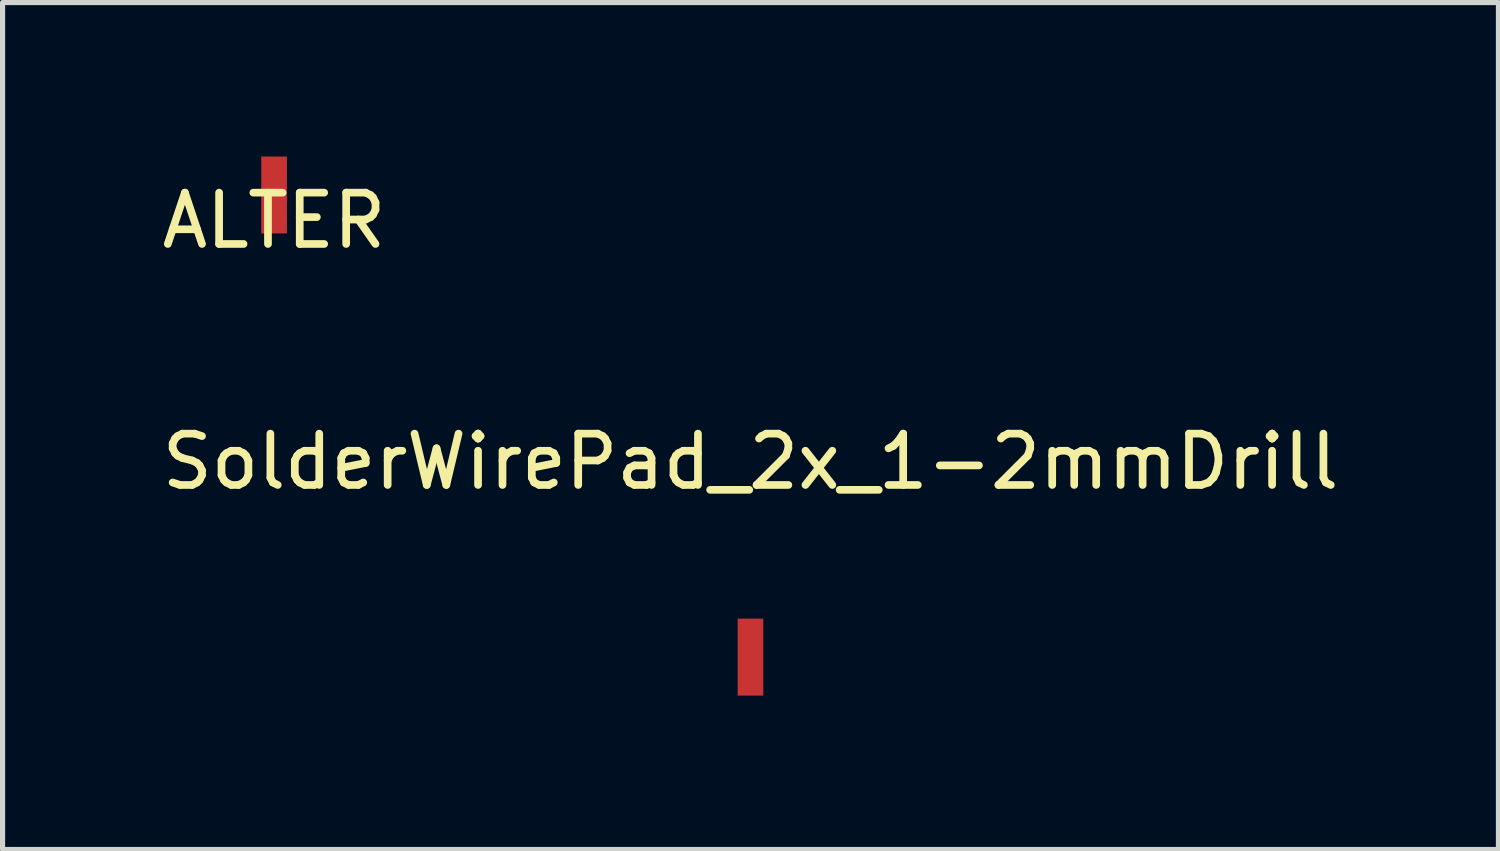
<source format=kicad_pcb>
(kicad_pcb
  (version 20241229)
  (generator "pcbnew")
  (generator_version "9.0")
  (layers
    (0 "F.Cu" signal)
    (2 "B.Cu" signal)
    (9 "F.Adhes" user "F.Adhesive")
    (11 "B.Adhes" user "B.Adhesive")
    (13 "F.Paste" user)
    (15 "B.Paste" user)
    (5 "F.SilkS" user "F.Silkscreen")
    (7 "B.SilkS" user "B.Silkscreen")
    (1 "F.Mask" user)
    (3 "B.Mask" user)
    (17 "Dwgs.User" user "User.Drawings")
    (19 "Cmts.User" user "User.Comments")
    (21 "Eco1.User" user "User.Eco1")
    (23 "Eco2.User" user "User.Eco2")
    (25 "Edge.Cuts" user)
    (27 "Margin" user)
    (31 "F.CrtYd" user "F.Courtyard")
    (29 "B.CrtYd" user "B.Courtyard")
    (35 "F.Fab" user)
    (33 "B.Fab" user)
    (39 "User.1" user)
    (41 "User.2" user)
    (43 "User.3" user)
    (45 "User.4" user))
  (footprint "ALTER"
    (layer "F.Cu")
    (at 2.292 0.75)
    (property "Reference" "ALTER" (at 0 0.5 0) (layer "F.SilkS") (effects (font (size 1 1) (thickness 0.15))))
    (attr through_hole)
    (pad "1" connect rect (at 0 0) (size 0.5 1.5) (layers "F.Cu" "F.Mask")))
  (footprint "SolderWirePad_2x_1-2mmDrill"
    (layer "F.Cu")
    (at 11.577 9.757)
    (property "Reference" "SolderWirePad_2x_1-2mmDrill" (at 0 -3.81 0) (layer "F.SilkS") (effects (font (size 1 1) (thickness 0.15))))
    (attr through_hole)
    (pad "1" smd rect (at 0 0) (size 0.5 1.5) (layers "F.Cu" "F.Mask" "F.Paste")))
  (gr_rect
    (start -3 -3)
    (end 26.155 13.507)
    (stroke (width 0.1) (type default))
    (fill no)
    (layer "Edge.Cuts")))
</source>
